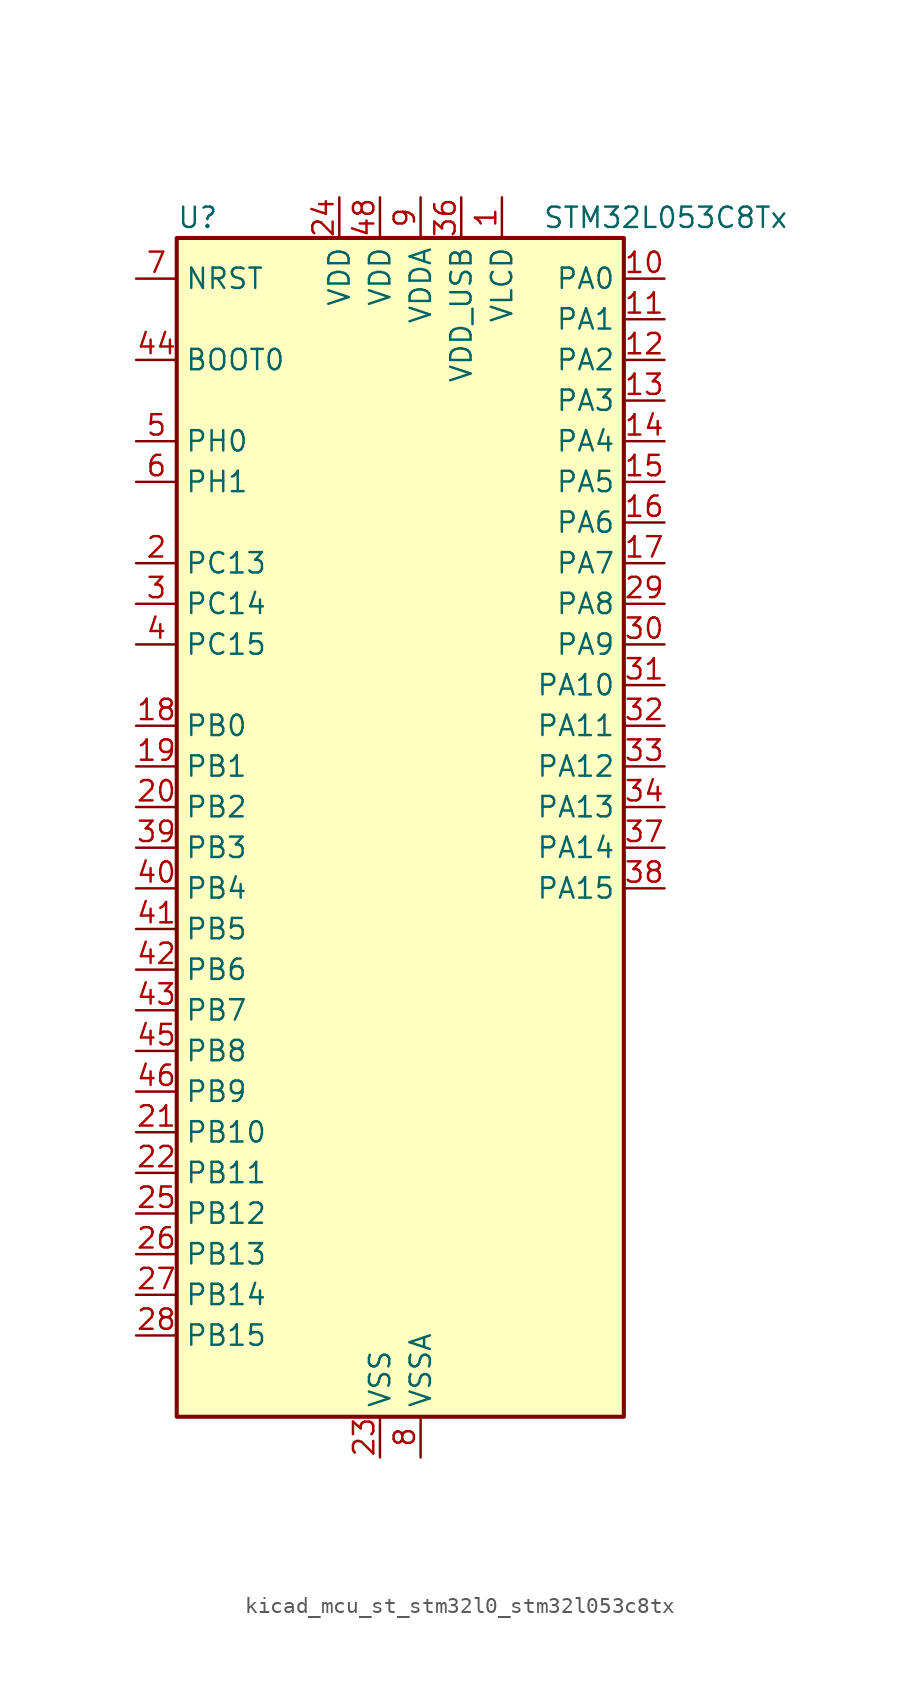
<source format=kicad_sym>
(kicad_symbol_lib
  (version 20220914)
  (generator kicad_symbol_editor)
  (symbol "kicad_mcu_st_stm32l0_stm32l053c8tx"
    (property "Reference" "U"
      (at -12.7 39.37 0)
      (effects (font (size 1.27 1.27)) (justify left)))
    (property "Value" "STM32L053C8Tx"
      (at 10.16 39.37 0)
      (effects (font (size 1.27 1.27)) (justify left)))
    (property "ki_locked" ""
      (at 0 0 0)
      (effects (font (size 1.27 1.27))))
    (symbol "kicad_mcu_st_stm32l0_stm32l053c8tx_0_1"
      (rectangle (start -12.7 -35.56) (end 15.24 38.1) (stroke (width 0.254) (type default)) (fill (type background))))
    (symbol "kicad_mcu_st_stm32l0_stm32l053c8tx_1_1"
      (pin power_in line (at 7.62 40.64 270) (length 2.54) (name "VLCD" (effects (font (size 1.27 1.27)))) (number "1" (effects (font (size 1.27 1.27)))))
      (pin bidirectional line (at 17.78 35.56 180) (length 2.54) (name "PA0" (effects (font (size 1.27 1.27)))) (number "10" (effects (font (size 1.27 1.27)))) (alternate "ADC_IN0" bidirectional line) (alternate "COMP1_INM" bidirectional line) (alternate "COMP1_OUT" bidirectional line) (alternate "RTC_TAMP2" bidirectional line) (alternate "SYS_WKUP1" bidirectional line) (alternate "TIM2_CH1" bidirectional line) (alternate "TIM2_ETR" bidirectional line) (alternate "TSC_G1_IO1" bidirectional line) (alternate "USART2_CTS" bidirectional line))
      (pin bidirectional line (at 17.78 33.02 180) (length 2.54) (name "PA1" (effects (font (size 1.27 1.27)))) (number "11" (effects (font (size 1.27 1.27)))) (alternate "ADC_IN1" bidirectional line) (alternate "COMP1_INP" bidirectional line) (alternate "LCD_SEG0" bidirectional line) (alternate "TIM21_ETR" bidirectional line) (alternate "TIM2_CH2" bidirectional line) (alternate "TSC_G1_IO2" bidirectional line) (alternate "USART2_DE" bidirectional line) (alternate "USART2_RTS" bidirectional line))
      (pin bidirectional line (at 17.78 30.48 180) (length 2.54) (name "PA2" (effects (font (size 1.27 1.27)))) (number "12" (effects (font (size 1.27 1.27)))) (alternate "ADC_IN2" bidirectional line) (alternate "COMP2_INM" bidirectional line) (alternate "COMP2_OUT" bidirectional line) (alternate "LCD_SEG1" bidirectional line) (alternate "TIM21_CH1" bidirectional line) (alternate "TIM2_CH3" bidirectional line) (alternate "TSC_G1_IO3" bidirectional line) (alternate "USART2_TX" bidirectional line))
      (pin bidirectional line (at 17.78 27.94 180) (length 2.54) (name "PA3" (effects (font (size 1.27 1.27)))) (number "13" (effects (font (size 1.27 1.27)))) (alternate "ADC_IN3" bidirectional line) (alternate "COMP2_INP" bidirectional line) (alternate "LCD_SEG2" bidirectional line) (alternate "TIM21_CH2" bidirectional line) (alternate "TIM2_CH4" bidirectional line) (alternate "TSC_G1_IO4" bidirectional line) (alternate "USART2_RX" bidirectional line))
      (pin bidirectional line (at 17.78 25.4 180) (length 2.54) (name "PA4" (effects (font (size 1.27 1.27)))) (number "14" (effects (font (size 1.27 1.27)))) (alternate "ADC_IN4" bidirectional line) (alternate "COMP1_INM" bidirectional line) (alternate "COMP2_INM" bidirectional line) (alternate "DAC_OUT1" bidirectional line) (alternate "SPI1_NSS" bidirectional line) (alternate "TIM22_ETR" bidirectional line) (alternate "TSC_G2_IO1" bidirectional line) (alternate "USART2_CK" bidirectional line))
      (pin bidirectional line (at 17.78 22.86 180) (length 2.54) (name "PA5" (effects (font (size 1.27 1.27)))) (number "15" (effects (font (size 1.27 1.27)))) (alternate "ADC_IN5" bidirectional line) (alternate "COMP1_INM" bidirectional line) (alternate "COMP2_INM" bidirectional line) (alternate "SPI1_SCK" bidirectional line) (alternate "TIM2_CH1" bidirectional line) (alternate "TIM2_ETR" bidirectional line) (alternate "TSC_G2_IO2" bidirectional line))
      (pin bidirectional line (at 17.78 20.32 180) (length 2.54) (name "PA6" (effects (font (size 1.27 1.27)))) (number "16" (effects (font (size 1.27 1.27)))) (alternate "ADC_IN6" bidirectional line) (alternate "COMP1_OUT" bidirectional line) (alternate "LCD_SEG3" bidirectional line) (alternate "LPUART1_CTS" bidirectional line) (alternate "SPI1_MISO" bidirectional line) (alternate "TIM22_CH1" bidirectional line) (alternate "TSC_G2_IO3" bidirectional line))
      (pin bidirectional line (at 17.78 17.78 180) (length 2.54) (name "PA7" (effects (font (size 1.27 1.27)))) (number "17" (effects (font (size 1.27 1.27)))) (alternate "ADC_IN7" bidirectional line) (alternate "COMP2_OUT" bidirectional line) (alternate "LCD_SEG4" bidirectional line) (alternate "SPI1_MOSI" bidirectional line) (alternate "TIM22_CH2" bidirectional line) (alternate "TSC_G2_IO4" bidirectional line))
      (pin bidirectional line (at -15.24 7.62 0) (length 2.54) (name "PB0" (effects (font (size 1.27 1.27)))) (number "18" (effects (font (size 1.27 1.27)))) (alternate "ADC_IN8" bidirectional line) (alternate "LCD_SEG5" bidirectional line) (alternate "LCD_VLCD3" bidirectional line) (alternate "SYS_VREF_OUT_PB0" bidirectional line) (alternate "TSC_G3_IO2" bidirectional line))
      (pin bidirectional line (at -15.24 5.08 0) (length 2.54) (name "PB1" (effects (font (size 1.27 1.27)))) (number "19" (effects (font (size 1.27 1.27)))) (alternate "ADC_IN9" bidirectional line) (alternate "LCD_SEG6" bidirectional line) (alternate "LPUART1_DE" bidirectional line) (alternate "LPUART1_RTS" bidirectional line) (alternate "SYS_VREF_OUT_PB1" bidirectional line) (alternate "TSC_G3_IO3" bidirectional line))
      (pin bidirectional line (at -15.24 17.78 0) (length 2.54) (name "PC13" (effects (font (size 1.27 1.27)))) (number "2" (effects (font (size 1.27 1.27)))) (alternate "RTC_OUT_ALARM" bidirectional line) (alternate "RTC_OUT_CALIB" bidirectional line) (alternate "RTC_TAMP1" bidirectional line) (alternate "RTC_TS" bidirectional line) (alternate "SYS_WKUP2" bidirectional line))
      (pin bidirectional line (at -15.24 2.54 0) (length 2.54) (name "PB2" (effects (font (size 1.27 1.27)))) (number "20" (effects (font (size 1.27 1.27)))) (alternate "LCD_VLCD1" bidirectional line) (alternate "LPTIM1_OUT" bidirectional line) (alternate "TSC_G3_IO4" bidirectional line))
      (pin bidirectional line (at -15.24 -17.78 0) (length 2.54) (name "PB10" (effects (font (size 1.27 1.27)))) (number "21" (effects (font (size 1.27 1.27)))) (alternate "I2C2_SCL" bidirectional line) (alternate "LCD_SEG10" bidirectional line) (alternate "LPUART1_TX" bidirectional line) (alternate "SPI2_SCK" bidirectional line) (alternate "TIM2_CH3" bidirectional line) (alternate "TSC_SYNC" bidirectional line))
      (pin bidirectional line (at -15.24 -20.32 0) (length 2.54) (name "PB11" (effects (font (size 1.27 1.27)))) (number "22" (effects (font (size 1.27 1.27)))) (alternate "ADC_EXTI11" bidirectional line) (alternate "I2C2_SDA" bidirectional line) (alternate "LCD_SEG11" bidirectional line) (alternate "LPUART1_RX" bidirectional line) (alternate "TIM2_CH4" bidirectional line) (alternate "TSC_G6_IO1" bidirectional line))
      (pin power_in line (at 0 -38.1 90) (length 2.54) (name "VSS" (effects (font (size 1.27 1.27)))) (number "23" (effects (font (size 1.27 1.27)))))
      (pin power_in line (at -2.54 40.64 270) (length 2.54) (name "VDD" (effects (font (size 1.27 1.27)))) (number "24" (effects (font (size 1.27 1.27)))))
      (pin bidirectional line (at -15.24 -22.86 0) (length 2.54) (name "PB12" (effects (font (size 1.27 1.27)))) (number "25" (effects (font (size 1.27 1.27)))) (alternate "I2S2_WS" bidirectional line) (alternate "LCD_SEG12" bidirectional line) (alternate "LCD_VLCD2" bidirectional line) (alternate "LPUART1_DE" bidirectional line) (alternate "LPUART1_RTS" bidirectional line) (alternate "SPI2_NSS" bidirectional line) (alternate "TSC_G6_IO2" bidirectional line))
      (pin bidirectional line (at -15.24 -25.4 0) (length 2.54) (name "PB13" (effects (font (size 1.27 1.27)))) (number "26" (effects (font (size 1.27 1.27)))) (alternate "I2C2_SCL" bidirectional line) (alternate "I2S2_CK" bidirectional line) (alternate "LCD_SEG13" bidirectional line) (alternate "LPUART1_CTS" bidirectional line) (alternate "SPI2_SCK" bidirectional line) (alternate "TIM21_CH1" bidirectional line) (alternate "TSC_G6_IO3" bidirectional line))
      (pin bidirectional line (at -15.24 -27.94 0) (length 2.54) (name "PB14" (effects (font (size 1.27 1.27)))) (number "27" (effects (font (size 1.27 1.27)))) (alternate "I2C2_SDA" bidirectional line) (alternate "I2S2_MCK" bidirectional line) (alternate "LCD_SEG14" bidirectional line) (alternate "LPUART1_DE" bidirectional line) (alternate "LPUART1_RTS" bidirectional line) (alternate "RTC_OUT_ALARM" bidirectional line) (alternate "RTC_OUT_CALIB" bidirectional line) (alternate "SPI2_MISO" bidirectional line) (alternate "TIM21_CH2" bidirectional line) (alternate "TSC_G6_IO4" bidirectional line))
      (pin bidirectional line (at -15.24 -30.48 0) (length 2.54) (name "PB15" (effects (font (size 1.27 1.27)))) (number "28" (effects (font (size 1.27 1.27)))) (alternate "I2S2_SD" bidirectional line) (alternate "LCD_SEG15" bidirectional line) (alternate "RTC_REFIN" bidirectional line) (alternate "SPI2_MOSI" bidirectional line))
      (pin bidirectional line (at 17.78 15.24 180) (length 2.54) (name "PA8" (effects (font (size 1.27 1.27)))) (number "29" (effects (font (size 1.27 1.27)))) (alternate "CRS_SYNC" bidirectional line) (alternate "LCD_COM0" bidirectional line) (alternate "RCC_MCO" bidirectional line) (alternate "USART1_CK" bidirectional line))
      (pin bidirectional line (at -15.24 15.24 0) (length 2.54) (name "PC14" (effects (font (size 1.27 1.27)))) (number "3" (effects (font (size 1.27 1.27)))) (alternate "RCC_OSC32_IN" bidirectional line))
      (pin bidirectional line (at 17.78 12.7 180) (length 2.54) (name "PA9" (effects (font (size 1.27 1.27)))) (number "30" (effects (font (size 1.27 1.27)))) (alternate "DAC_EXTI9" bidirectional line) (alternate "LCD_COM1" bidirectional line) (alternate "RCC_MCO" bidirectional line) (alternate "TSC_G4_IO1" bidirectional line) (alternate "USART1_TX" bidirectional line))
      (pin bidirectional line (at 17.78 10.16 180) (length 2.54) (name "PA10" (effects (font (size 1.27 1.27)))) (number "31" (effects (font (size 1.27 1.27)))) (alternate "LCD_COM2" bidirectional line) (alternate "TSC_G4_IO2" bidirectional line) (alternate "USART1_RX" bidirectional line))
      (pin bidirectional line (at 17.78 7.62 180) (length 2.54) (name "PA11" (effects (font (size 1.27 1.27)))) (number "32" (effects (font (size 1.27 1.27)))) (alternate "ADC_EXTI11" bidirectional line) (alternate "COMP1_OUT" bidirectional line) (alternate "SPI1_MISO" bidirectional line) (alternate "TSC_G4_IO3" bidirectional line) (alternate "USART1_CTS" bidirectional line) (alternate "USB_DM" bidirectional line))
      (pin bidirectional line (at 17.78 5.08 180) (length 2.54) (name "PA12" (effects (font (size 1.27 1.27)))) (number "33" (effects (font (size 1.27 1.27)))) (alternate "COMP2_OUT" bidirectional line) (alternate "SPI1_MOSI" bidirectional line) (alternate "TSC_G4_IO4" bidirectional line) (alternate "USART1_DE" bidirectional line) (alternate "USART1_RTS" bidirectional line) (alternate "USB_DP" bidirectional line))
      (pin bidirectional line (at 17.78 2.54 180) (length 2.54) (name "PA13" (effects (font (size 1.27 1.27)))) (number "34" (effects (font (size 1.27 1.27)))) (alternate "SYS_SWDIO" bidirectional line) (alternate "USB_NOE" bidirectional line))
      (pin passive line (at 0 -38.1 90) (length 2.54) hide (name "VSS" (effects (font (size 1.27 1.27)))) (number "35" (effects (font (size 1.27 1.27)))))
      (pin power_in line (at 5.08 40.64 270) (length 2.54) (name "VDD_USB" (effects (font (size 1.27 1.27)))) (number "36" (effects (font (size 1.27 1.27)))))
      (pin bidirectional line (at 17.78 0 180) (length 2.54) (name "PA14" (effects (font (size 1.27 1.27)))) (number "37" (effects (font (size 1.27 1.27)))) (alternate "SYS_SWCLK" bidirectional line) (alternate "USART2_TX" bidirectional line))
      (pin bidirectional line (at 17.78 -2.54 180) (length 2.54) (name "PA15" (effects (font (size 1.27 1.27)))) (number "38" (effects (font (size 1.27 1.27)))) (alternate "LCD_SEG17" bidirectional line) (alternate "SPI1_NSS" bidirectional line) (alternate "TIM2_CH1" bidirectional line) (alternate "TIM2_ETR" bidirectional line) (alternate "USART2_RX" bidirectional line))
      (pin bidirectional line (at -15.24 0 0) (length 2.54) (name "PB3" (effects (font (size 1.27 1.27)))) (number "39" (effects (font (size 1.27 1.27)))) (alternate "COMP2_INM" bidirectional line) (alternate "LCD_SEG7" bidirectional line) (alternate "SPI1_SCK" bidirectional line) (alternate "TIM2_CH2" bidirectional line) (alternate "TSC_G5_IO1" bidirectional line))
      (pin bidirectional line (at -15.24 12.7 0) (length 2.54) (name "PC15" (effects (font (size 1.27 1.27)))) (number "4" (effects (font (size 1.27 1.27)))) (alternate "RCC_OSC32_OUT" bidirectional line))
      (pin bidirectional line (at -15.24 -2.54 0) (length 2.54) (name "PB4" (effects (font (size 1.27 1.27)))) (number "40" (effects (font (size 1.27 1.27)))) (alternate "COMP2_INP" bidirectional line) (alternate "LCD_SEG8" bidirectional line) (alternate "SPI1_MISO" bidirectional line) (alternate "TIM22_CH1" bidirectional line) (alternate "TSC_G5_IO2" bidirectional line))
      (pin bidirectional line (at -15.24 -5.08 0) (length 2.54) (name "PB5" (effects (font (size 1.27 1.27)))) (number "41" (effects (font (size 1.27 1.27)))) (alternate "COMP2_INP" bidirectional line) (alternate "I2C1_SMBA" bidirectional line) (alternate "LCD_SEG9" bidirectional line) (alternate "LPTIM1_IN1" bidirectional line) (alternate "SPI1_MOSI" bidirectional line) (alternate "TIM22_CH2" bidirectional line))
      (pin bidirectional line (at -15.24 -7.62 0) (length 2.54) (name "PB6" (effects (font (size 1.27 1.27)))) (number "42" (effects (font (size 1.27 1.27)))) (alternate "COMP2_INP" bidirectional line) (alternate "I2C1_SCL" bidirectional line) (alternate "LPTIM1_ETR" bidirectional line) (alternate "TSC_G5_IO3" bidirectional line) (alternate "USART1_TX" bidirectional line))
      (pin bidirectional line (at -15.24 -10.16 0) (length 2.54) (name "PB7" (effects (font (size 1.27 1.27)))) (number "43" (effects (font (size 1.27 1.27)))) (alternate "COMP2_INP" bidirectional line) (alternate "I2C1_SDA" bidirectional line) (alternate "LPTIM1_IN2" bidirectional line) (alternate "SYS_PVD_IN" bidirectional line) (alternate "TSC_G5_IO4" bidirectional line) (alternate "USART1_RX" bidirectional line))
      (pin input line (at -15.24 30.48 0) (length 2.54) (name "BOOT0" (effects (font (size 1.27 1.27)))) (number "44" (effects (font (size 1.27 1.27)))))
      (pin bidirectional line (at -15.24 -12.7 0) (length 2.54) (name "PB8" (effects (font (size 1.27 1.27)))) (number "45" (effects (font (size 1.27 1.27)))) (alternate "I2C1_SCL" bidirectional line) (alternate "LCD_SEG16" bidirectional line) (alternate "TSC_SYNC" bidirectional line))
      (pin bidirectional line (at -15.24 -15.24 0) (length 2.54) (name "PB9" (effects (font (size 1.27 1.27)))) (number "46" (effects (font (size 1.27 1.27)))) (alternate "DAC_EXTI9" bidirectional line) (alternate "I2C1_SDA" bidirectional line) (alternate "I2S2_WS" bidirectional line) (alternate "LCD_COM3" bidirectional line) (alternate "SPI2_NSS" bidirectional line))
      (pin passive line (at 0 -38.1 90) (length 2.54) hide (name "VSS" (effects (font (size 1.27 1.27)))) (number "47" (effects (font (size 1.27 1.27)))))
      (pin power_in line (at 0 40.64 270) (length 2.54) (name "VDD" (effects (font (size 1.27 1.27)))) (number "48" (effects (font (size 1.27 1.27)))))
      (pin bidirectional line (at -15.24 25.4 0) (length 2.54) (name "PH0" (effects (font (size 1.27 1.27)))) (number "5" (effects (font (size 1.27 1.27)))) (alternate "CRS_SYNC" bidirectional line) (alternate "RCC_OSC_IN" bidirectional line))
      (pin bidirectional line (at -15.24 22.86 0) (length 2.54) (name "PH1" (effects (font (size 1.27 1.27)))) (number "6" (effects (font (size 1.27 1.27)))) (alternate "RCC_OSC_OUT" bidirectional line))
      (pin input line (at -15.24 35.56 0) (length 2.54) (name "NRST" (effects (font (size 1.27 1.27)))) (number "7" (effects (font (size 1.27 1.27)))))
      (pin power_in line (at 2.54 -38.1 90) (length 2.54) (name "VSSA" (effects (font (size 1.27 1.27)))) (number "8" (effects (font (size 1.27 1.27)))))
      (pin power_in line (at 2.54 40.64 270) (length 2.54) (name "VDDA" (effects (font (size 1.27 1.27)))) (number "9" (effects (font (size 1.27 1.27))))))))
</source>
